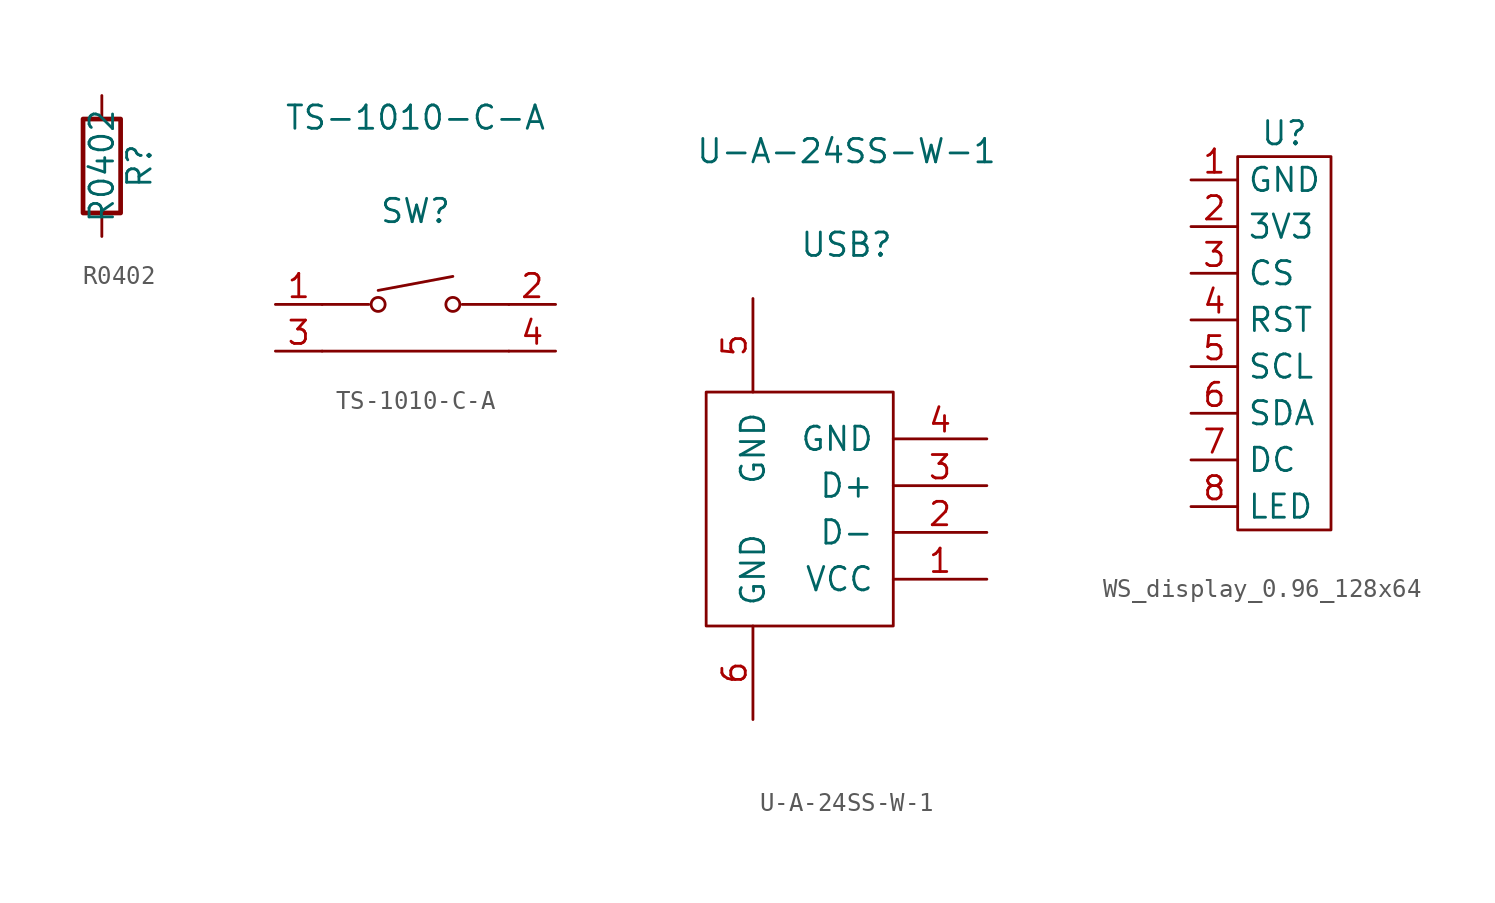
<source format=kicad_sym>
(kicad_symbol_lib
  (version 20220914)
  (generator kicad_symbol_editor)
  (symbol "R0402"
    (pin_numbers hide)
    (pin_names
      (offset 0))
    (property "Reference" "R"
      (at 2.032 0 90)
      (effects (font (size 1.27 1.27))))
    (property "Value" "R0402"
      (at 0 0 90)
      (effects (font (size 1.27 1.27))))
    (symbol "R0402_0_1"
      (rectangle (start -1.016 -2.54) (end 1.016 2.54) (stroke (width 0.254) (type default)) (fill (type none))))
    (symbol "R0402_1_1"
      (pin passive line (at 0 3.81 270) (length 1.27) (name "~" (effects (font (size 1.27 1.27)))) (number "1" (effects (font (size 1.27 1.27)))))
      (pin passive line (at 0 -3.81 90) (length 1.27) (name "~" (effects (font (size 1.27 1.27)))) (number "2" (effects (font (size 1.27 1.27)))))))
  (symbol "TS-1010-C-A"
    (pin_names
      (offset 1.016) hide)
    (property "Reference" "SW"
      (at 0 5.08 0)
      (effects (font (size 1.27 1.27))))
    (property "Value" "TS-1010-C-A"
      (at 0 10.16 0)
      (effects (font (size 1.27 1.27))))
    (symbol "TS-1010-C-A_1_1"
      (circle (center -2.032 0) (radius 0.381) (stroke (width 0.152) (type solid)) (fill (type none)))
      (polyline (pts (xy -5.08 -2.54) (xy 5.08 -2.54)) (stroke (width 0.152) (type solid)) (fill (type none)))
      (polyline (pts (xy -5.08 0) (xy -2.54 0)) (stroke (width 0.152) (type solid)) (fill (type none)))
      (polyline (pts (xy 2.54 0) (xy 5.08 0)) (stroke (width 0.152) (type solid)) (fill (type none)))
      (polyline (pts (xy -2.032 0.762) (xy 2.032 1.524) (xy 2.032 1.524)) (stroke (width 0.152) (type solid)) (fill (type none)))
      (circle (center 2.032 0) (radius 0.381) (stroke (width 0.152) (type solid)) (fill (type none)))
      (pin input line (at -7.62 0 0) (length 2.54) (name "1" (effects (font (size 1.27 1.27)))) (number "1" (effects (font (size 1.27 1.27)))))
      (pin input line (at 7.62 0 180) (length 2.54) (name "2" (effects (font (size 1.27 1.27)))) (number "2" (effects (font (size 1.27 1.27)))))
      (pin input line (at -7.62 -2.54 0) (length 2.54) (name "3" (effects (font (size 1.27 1.27)))) (number "3" (effects (font (size 1.27 1.27)))))
      (pin input line (at 7.62 -2.54 180) (length 2.54) (name "4" (effects (font (size 1.27 1.27)))) (number "4" (effects (font (size 1.27 1.27)))))))
  (symbol "U-A-24SS-W-1"
    (pin_names
      (offset 1.016))
    (property "Reference" "USB"
      (at 0 15.621 0)
      (effects (font (size 1.27 1.27))))
    (property "Value" "U-A-24SS-W-1"
      (at 0 20.701 0)
      (effects (font (size 1.27 1.27))))
    (symbol "U-A-24SS-W-1_1_1"
      (rectangle (start -7.62 7.62) (end 2.54 -5.08) (stroke (width 0.152) (type solid)) (fill (type none)))
      (pin input line (at 7.62 -2.54 180) (length 5.08) (name "VCC" (effects (font (size 1.27 1.27)))) (number "1" (effects (font (size 1.27 1.27)))))
      (pin input line (at 7.62 0 180) (length 5.08) (name "D-" (effects (font (size 1.27 1.27)))) (number "2" (effects (font (size 1.27 1.27)))))
      (pin input line (at 7.62 2.54 180) (length 5.08) (name "D+" (effects (font (size 1.27 1.27)))) (number "3" (effects (font (size 1.27 1.27)))))
      (pin input line (at 7.62 5.08 180) (length 5.08) (name "GND" (effects (font (size 1.27 1.27)))) (number "4" (effects (font (size 1.27 1.27)))))
      (pin input line (at -5.08 12.7 270) (length 5.08) (name "GND" (effects (font (size 1.27 1.27)))) (number "5" (effects (font (size 1.27 1.27)))))
      (pin input line (at -5.08 -10.16 90) (length 5.08) (name "GND" (effects (font (size 1.27 1.27)))) (number "6" (effects (font (size 1.27 1.27)))))))
  (symbol "WS_display_0.96_128x64"
    (property "Reference" "U"
      (at 0 11.43 0)
      (effects (font (size 1.27 1.27))))
    (property "Value" ""
      (at 0 2.54 0)
      (effects (font (size 1.27 1.27))))
    (symbol "WS_display_0.96_128x64_0_1"
      (rectangle (start -2.54 10.16) (end 2.54 -10.16) (stroke (width 0) (type default)) (fill (type none))))
    (symbol "WS_display_0.96_128x64_1_1"
      (pin free line (at -5.08 8.89 0) (length 2.54) (name "GND" (effects (font (size 1.27 1.27)))) (number "1" (effects (font (size 1.27 1.27)))))
      (pin free line (at -5.08 6.35 0) (length 2.54) (name "3V3" (effects (font (size 1.27 1.27)))) (number "2" (effects (font (size 1.27 1.27)))))
      (pin free line (at -5.08 3.81 0) (length 2.54) (name "CS" (effects (font (size 1.27 1.27)))) (number "3" (effects (font (size 1.27 1.27)))))
      (pin free line (at -5.08 1.27 0) (length 2.54) (name "RST" (effects (font (size 1.27 1.27)))) (number "4" (effects (font (size 1.27 1.27)))))
      (pin free line (at -5.08 -1.27 0) (length 2.54) (name "SCL" (effects (font (size 1.27 1.27)))) (number "5" (effects (font (size 1.27 1.27)))))
      (pin free line (at -5.08 -3.81 0) (length 2.54) (name "SDA" (effects (font (size 1.27 1.27)))) (number "6" (effects (font (size 1.27 1.27)))))
      (pin free line (at -5.08 -6.35 0) (length 2.54) (name "DC" (effects (font (size 1.27 1.27)))) (number "7" (effects (font (size 1.27 1.27)))))
      (pin free line (at -5.08 -8.89 0) (length 2.54) (name "LED" (effects (font (size 1.27 1.27)))) (number "8" (effects (font (size 1.27 1.27))))))))
</source>
